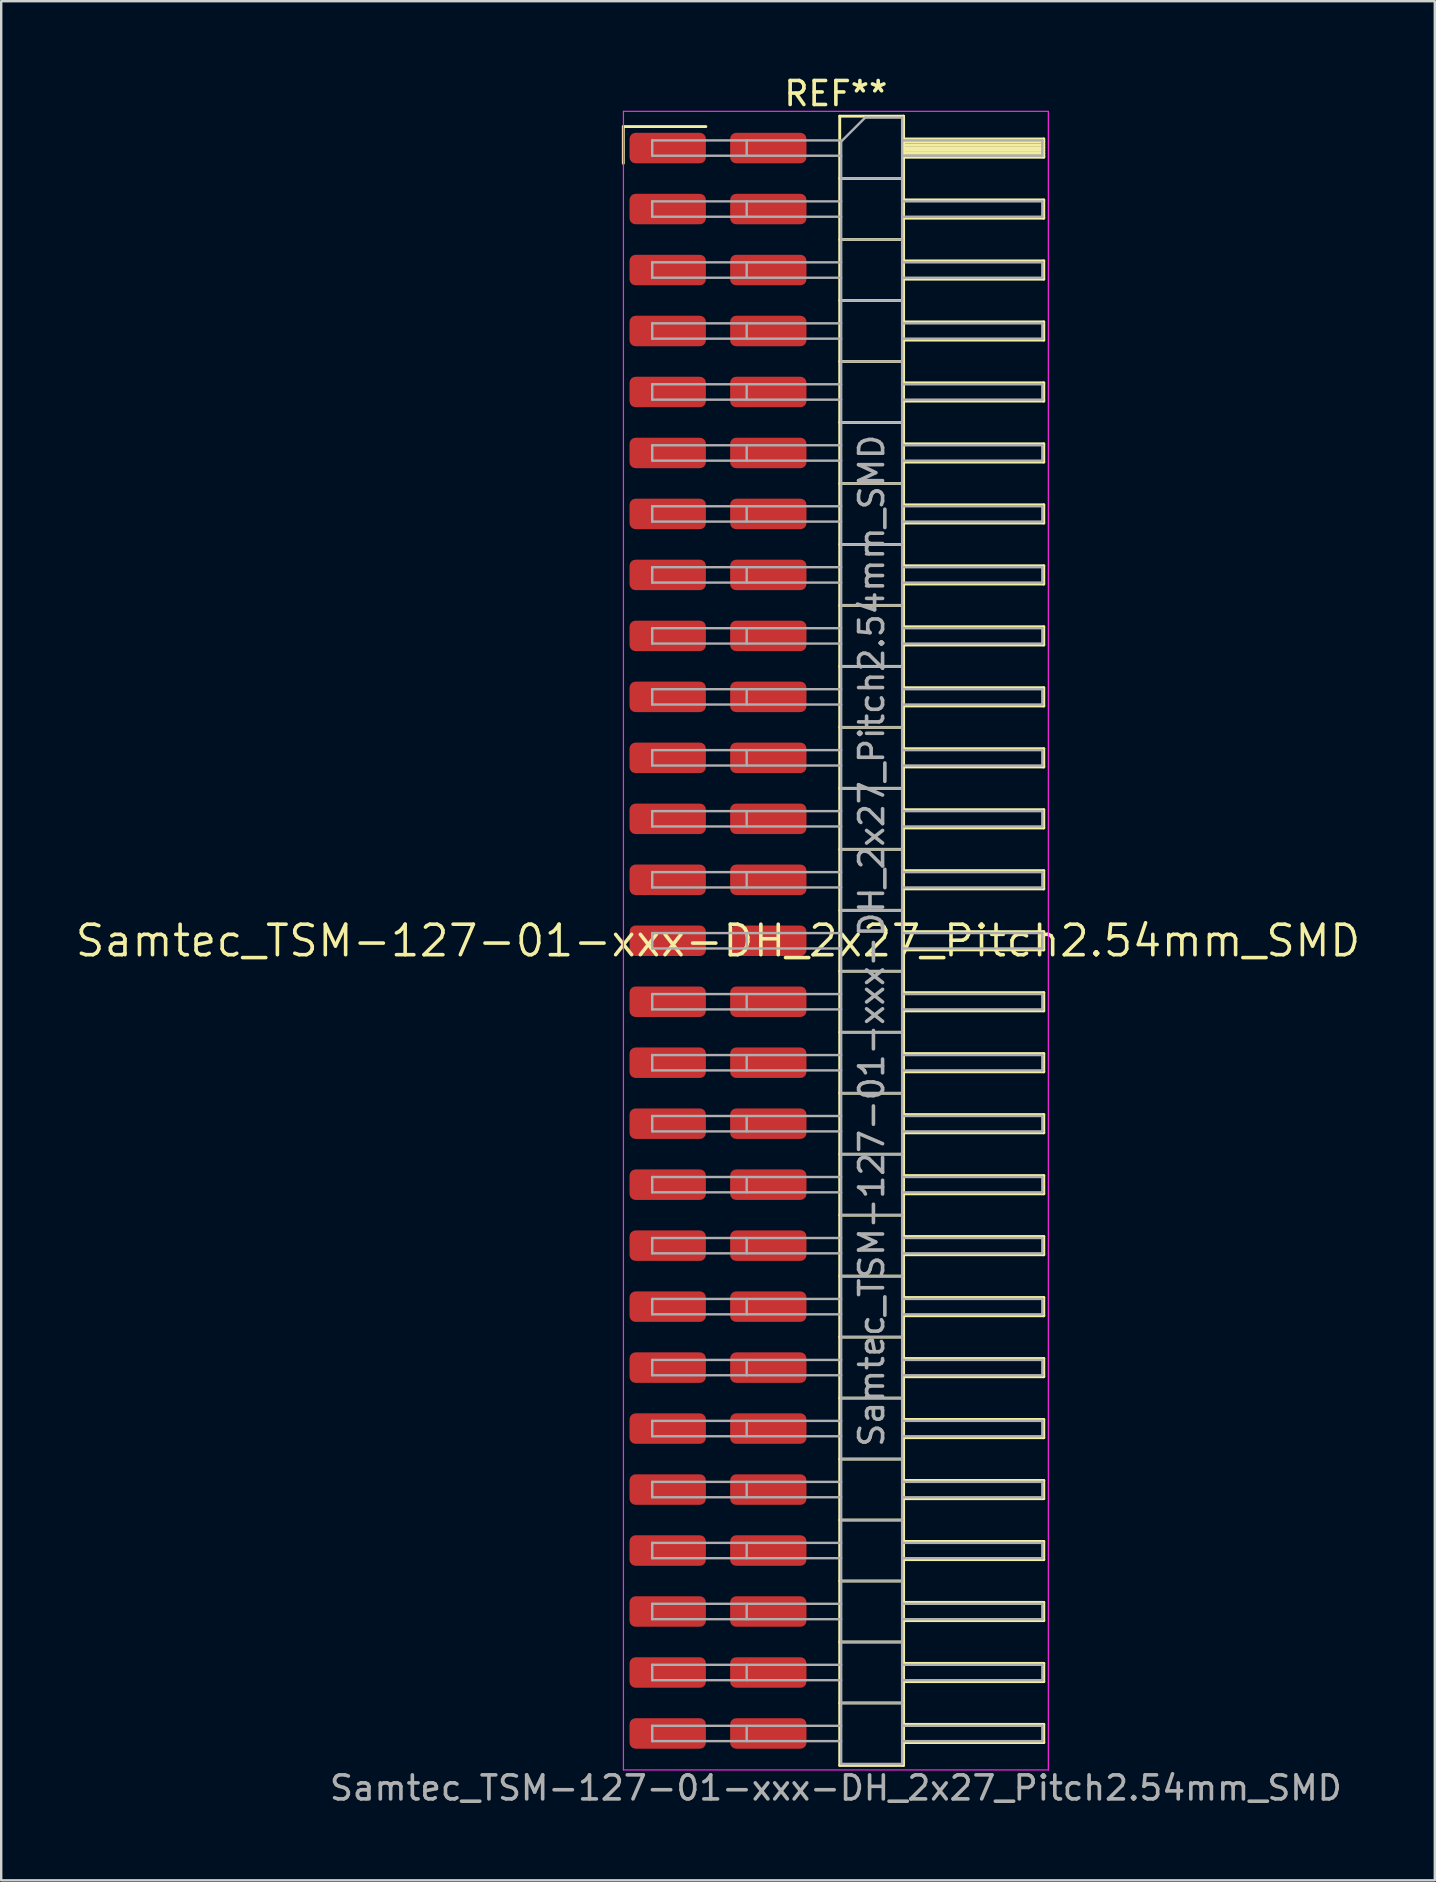
<source format=kicad_pcb>
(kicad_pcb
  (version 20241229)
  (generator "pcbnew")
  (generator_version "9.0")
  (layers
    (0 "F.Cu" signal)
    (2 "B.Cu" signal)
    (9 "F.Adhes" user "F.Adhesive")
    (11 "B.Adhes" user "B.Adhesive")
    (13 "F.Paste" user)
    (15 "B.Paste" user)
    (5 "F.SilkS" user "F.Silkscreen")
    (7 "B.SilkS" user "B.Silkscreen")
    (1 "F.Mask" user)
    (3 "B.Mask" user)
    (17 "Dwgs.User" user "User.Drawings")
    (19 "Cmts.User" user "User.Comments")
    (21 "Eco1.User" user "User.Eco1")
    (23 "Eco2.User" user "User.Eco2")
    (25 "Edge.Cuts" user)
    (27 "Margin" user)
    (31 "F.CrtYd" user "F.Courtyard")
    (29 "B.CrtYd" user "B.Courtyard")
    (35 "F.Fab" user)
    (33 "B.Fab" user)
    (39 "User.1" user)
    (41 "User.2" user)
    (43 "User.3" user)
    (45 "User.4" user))
  (footprint "Samtec_TSM-127-01-xxx-DH_2x27_Pitch2.54mm_SMD"
    (layer "F.Cu")
    (at 26.859 36.138)
    (property "Reference" "Samtec_TSM-127-01-xxx-DH_2x27_Pitch2.54mm_SMD" (at 0 0 0) (layer "F.SilkS") (effects (font (size 1.27 1.27) (thickness 0.15))))
    (attr smd)
    (fp_line (start -3.945 -33.915) (end -0.505 -33.915) (stroke (width 0.12) (type solid)) (layer "F.SilkS"))
    (fp_line (start -3.945 -32.385) (end -3.945 -33.915) (stroke (width 0.12) (type solid)) (layer "F.SilkS"))
    (fp_line (start 5.07 -34.35) (end 7.73 -34.35) (stroke (width 0.12) (type solid)) (layer "F.SilkS"))
    (fp_line (start 5.07 -31.75) (end 7.73 -31.75) (stroke (width 0.12) (type solid)) (layer "F.SilkS"))
    (fp_line (start 5.07 -29.21) (end 7.73 -29.21) (stroke (width 0.12) (type solid)) (layer "F.SilkS"))
    (fp_line (start 5.07 -26.67) (end 7.73 -26.67) (stroke (width 0.12) (type solid)) (layer "F.SilkS"))
    (fp_line (start 5.07 -24.13) (end 7.73 -24.13) (stroke (width 0.12) (type solid)) (layer "F.SilkS"))
    (fp_line (start 5.07 -21.59) (end 7.73 -21.59) (stroke (width 0.12) (type solid)) (layer "F.SilkS"))
    (fp_line (start 5.07 -19.05) (end 7.73 -19.05) (stroke (width 0.12) (type solid)) (layer "F.SilkS"))
    (fp_line (start 5.07 -16.51) (end 7.73 -16.51) (stroke (width 0.12) (type solid)) (layer "F.SilkS"))
    (fp_line (start 5.07 -13.97) (end 7.73 -13.97) (stroke (width 0.12) (type solid)) (layer "F.SilkS"))
    (fp_line (start 5.07 -11.43) (end 7.73 -11.43) (stroke (width 0.12) (type solid)) (layer "F.SilkS"))
    (fp_line (start 5.07 -8.89) (end 7.73 -8.89) (stroke (width 0.12) (type solid)) (layer "F.SilkS"))
    (fp_line (start 5.07 -6.35) (end 7.73 -6.35) (stroke (width 0.12) (type solid)) (layer "F.SilkS"))
    (fp_line (start 5.07 -3.81) (end 7.73 -3.81) (stroke (width 0.12) (type solid)) (layer "F.SilkS"))
    (fp_line (start 5.07 -1.27) (end 7.73 -1.27) (stroke (width 0.12) (type solid)) (layer "F.SilkS"))
    (fp_line (start 5.07 1.27) (end 7.73 1.27) (stroke (width 0.12) (type solid)) (layer "F.SilkS"))
    (fp_line (start 5.07 3.81) (end 7.73 3.81) (stroke (width 0.12) (type solid)) (layer "F.SilkS"))
    (fp_line (start 5.07 6.35) (end 7.73 6.35) (stroke (width 0.12) (type solid)) (layer "F.SilkS"))
    (fp_line (start 5.07 8.89) (end 7.73 8.89) (stroke (width 0.12) (type solid)) (layer "F.SilkS"))
    (fp_line (start 5.07 11.43) (end 7.73 11.43) (stroke (width 0.12) (type solid)) (layer "F.SilkS"))
    (fp_line (start 5.07 13.97) (end 7.73 13.97) (stroke (width 0.12) (type solid)) (layer "F.SilkS"))
    (fp_line (start 5.07 16.51) (end 7.73 16.51) (stroke (width 0.12) (type solid)) (layer "F.SilkS"))
    (fp_line (start 5.07 19.05) (end 7.73 19.05) (stroke (width 0.12) (type solid)) (layer "F.SilkS"))
    (fp_line (start 5.07 21.59) (end 7.73 21.59) (stroke (width 0.12) (type solid)) (layer "F.SilkS"))
    (fp_line (start 5.07 24.13) (end 7.73 24.13) (stroke (width 0.12) (type solid)) (layer "F.SilkS"))
    (fp_line (start 5.07 26.67) (end 7.73 26.67) (stroke (width 0.12) (type solid)) (layer "F.SilkS"))
    (fp_line (start 5.07 29.21) (end 7.73 29.21) (stroke (width 0.12) (type solid)) (layer "F.SilkS"))
    (fp_line (start 5.07 31.75) (end 7.73 31.75) (stroke (width 0.12) (type solid)) (layer "F.SilkS"))
    (fp_line (start 5.07 34.35) (end 5.07 -34.35) (stroke (width 0.12) (type solid)) (layer "F.SilkS"))
    (fp_line (start 7.73 -34.35) (end 7.73 34.35) (stroke (width 0.12) (type solid)) (layer "F.SilkS"))
    (fp_line (start 7.73 -33.4) (end 13.57 -33.4) (stroke (width 0.12) (type solid)) (layer "F.SilkS"))
    (fp_line (start 7.73 -33.28) (end 13.57 -33.28) (stroke (width 0.12) (type solid)) (layer "F.SilkS"))
    (fp_line (start 7.73 -33.16) (end 13.57 -33.16) (stroke (width 0.12) (type solid)) (layer "F.SilkS"))
    (fp_line (start 7.73 -33.04) (end 13.57 -33.04) (stroke (width 0.12) (type solid)) (layer "F.SilkS"))
    (fp_line (start 7.73 -32.92) (end 13.57 -32.92) (stroke (width 0.12) (type solid)) (layer "F.SilkS"))
    (fp_line (start 7.73 -32.8) (end 13.57 -32.8) (stroke (width 0.12) (type solid)) (layer "F.SilkS"))
    (fp_line (start 7.73 -32.68) (end 13.57 -32.68) (stroke (width 0.12) (type solid)) (layer "F.SilkS"))
    (fp_line (start 7.73 -32.64) (end 13.57 -32.64) (stroke (width 0.12) (type solid)) (layer "F.SilkS"))
    (fp_line (start 7.73 -30.86) (end 13.57 -30.86) (stroke (width 0.12) (type solid)) (layer "F.SilkS"))
    (fp_line (start 7.73 -30.1) (end 13.57 -30.1) (stroke (width 0.12) (type solid)) (layer "F.SilkS"))
    (fp_line (start 7.73 -28.32) (end 13.57 -28.32) (stroke (width 0.12) (type solid)) (layer "F.SilkS"))
    (fp_line (start 7.73 -27.56) (end 13.57 -27.56) (stroke (width 0.12) (type solid)) (layer "F.SilkS"))
    (fp_line (start 7.73 -25.78) (end 13.57 -25.78) (stroke (width 0.12) (type solid)) (layer "F.SilkS"))
    (fp_line (start 7.73 -25.02) (end 13.57 -25.02) (stroke (width 0.12) (type solid)) (layer "F.SilkS"))
    (fp_line (start 7.73 -23.24) (end 13.57 -23.24) (stroke (width 0.12) (type solid)) (layer "F.SilkS"))
    (fp_line (start 7.73 -22.48) (end 13.57 -22.48) (stroke (width 0.12) (type solid)) (layer "F.SilkS"))
    (fp_line (start 7.73 -20.7) (end 13.57 -20.7) (stroke (width 0.12) (type solid)) (layer "F.SilkS"))
    (fp_line (start 7.73 -19.94) (end 13.57 -19.94) (stroke (width 0.12) (type solid)) (layer "F.SilkS"))
    (fp_line (start 7.73 -18.16) (end 13.57 -18.16) (stroke (width 0.12) (type solid)) (layer "F.SilkS"))
    (fp_line (start 7.73 -17.4) (end 13.57 -17.4) (stroke (width 0.12) (type solid)) (layer "F.SilkS"))
    (fp_line (start 7.73 -15.62) (end 13.57 -15.62) (stroke (width 0.12) (type solid)) (layer "F.SilkS"))
    (fp_line (start 7.73 -14.86) (end 13.57 -14.86) (stroke (width 0.12) (type solid)) (layer "F.SilkS"))
    (fp_line (start 7.73 -13.08) (end 13.57 -13.08) (stroke (width 0.12) (type solid)) (layer "F.SilkS"))
    (fp_line (start 7.73 -12.32) (end 13.57 -12.32) (stroke (width 0.12) (type solid)) (layer "F.SilkS"))
    (fp_line (start 7.73 -10.54) (end 13.57 -10.54) (stroke (width 0.12) (type solid)) (layer "F.SilkS"))
    (fp_line (start 7.73 -9.78) (end 13.57 -9.78) (stroke (width 0.12) (type solid)) (layer "F.SilkS"))
    (fp_line (start 7.73 -8) (end 13.57 -8) (stroke (width 0.12) (type solid)) (layer "F.SilkS"))
    (fp_line (start 7.73 -7.24) (end 13.57 -7.24) (stroke (width 0.12) (type solid)) (layer "F.SilkS"))
    (fp_line (start 7.73 -5.46) (end 13.57 -5.46) (stroke (width 0.12) (type solid)) (layer "F.SilkS"))
    (fp_line (start 7.73 -4.7) (end 13.57 -4.7) (stroke (width 0.12) (type solid)) (layer "F.SilkS"))
    (fp_line (start 7.73 -2.92) (end 13.57 -2.92) (stroke (width 0.12) (type solid)) (layer "F.SilkS"))
    (fp_line (start 7.73 -2.16) (end 13.57 -2.16) (stroke (width 0.12) (type solid)) (layer "F.SilkS"))
    (fp_line (start 7.73 -0.38) (end 13.57 -0.38) (stroke (width 0.12) (type solid)) (layer "F.SilkS"))
    (fp_line (start 7.73 0.38) (end 13.57 0.38) (stroke (width 0.12) (type solid)) (layer "F.SilkS"))
    (fp_line (start 7.73 2.16) (end 13.57 2.16) (stroke (width 0.12) (type solid)) (layer "F.SilkS"))
    (fp_line (start 7.73 2.92) (end 13.57 2.92) (stroke (width 0.12) (type solid)) (layer "F.SilkS"))
    (fp_line (start 7.73 4.7) (end 13.57 4.7) (stroke (width 0.12) (type solid)) (layer "F.SilkS"))
    (fp_line (start 7.73 5.46) (end 13.57 5.46) (stroke (width 0.12) (type solid)) (layer "F.SilkS"))
    (fp_line (start 7.73 7.24) (end 13.57 7.24) (stroke (width 0.12) (type solid)) (layer "F.SilkS"))
    (fp_line (start 7.73 8) (end 13.57 8) (stroke (width 0.12) (type solid)) (layer "F.SilkS"))
    (fp_line (start 7.73 9.78) (end 13.57 9.78) (stroke (width 0.12) (type solid)) (layer "F.SilkS"))
    (fp_line (start 7.73 10.54) (end 13.57 10.54) (stroke (width 0.12) (type solid)) (layer "F.SilkS"))
    (fp_line (start 7.73 12.32) (end 13.57 12.32) (stroke (width 0.12) (type solid)) (layer "F.SilkS"))
    (fp_line (start 7.73 13.08) (end 13.57 13.08) (stroke (width 0.12) (type solid)) (layer "F.SilkS"))
    (fp_line (start 7.73 14.86) (end 13.57 14.86) (stroke (width 0.12) (type solid)) (layer "F.SilkS"))
    (fp_line (start 7.73 15.62) (end 13.57 15.62) (stroke (width 0.12) (type solid)) (layer "F.SilkS"))
    (fp_line (start 7.73 17.4) (end 13.57 17.4) (stroke (width 0.12) (type solid)) (layer "F.SilkS"))
    (fp_line (start 7.73 18.16) (end 13.57 18.16) (stroke (width 0.12) (type solid)) (layer "F.SilkS"))
    (fp_line (start 7.73 19.94) (end 13.57 19.94) (stroke (width 0.12) (type solid)) (layer "F.SilkS"))
    (fp_line (start 7.73 20.7) (end 13.57 20.7) (stroke (width 0.12) (type solid)) (layer "F.SilkS"))
    (fp_line (start 7.73 22.48) (end 13.57 22.48) (stroke (width 0.12) (type solid)) (layer "F.SilkS"))
    (fp_line (start 7.73 23.24) (end 13.57 23.24) (stroke (width 0.12) (type solid)) (layer "F.SilkS"))
    (fp_line (start 7.73 25.02) (end 13.57 25.02) (stroke (width 0.12) (type solid)) (layer "F.SilkS"))
    (fp_line (start 7.73 25.78) (end 13.57 25.78) (stroke (width 0.12) (type solid)) (layer "F.SilkS"))
    (fp_line (start 7.73 27.56) (end 13.57 27.56) (stroke (width 0.12) (type solid)) (layer "F.SilkS"))
    (fp_line (start 7.73 28.32) (end 13.57 28.32) (stroke (width 0.12) (type solid)) (layer "F.SilkS"))
    (fp_line (start 7.73 30.1) (end 13.57 30.1) (stroke (width 0.12) (type solid)) (layer "F.SilkS"))
    (fp_line (start 7.73 30.86) (end 13.57 30.86) (stroke (width 0.12) (type solid)) (layer "F.SilkS"))
    (fp_line (start 7.73 32.64) (end 13.57 32.64) (stroke (width 0.12) (type solid)) (layer "F.SilkS"))
    (fp_line (start 7.73 33.4) (end 13.57 33.4) (stroke (width 0.12) (type solid)) (layer "F.SilkS"))
    (fp_line (start 7.73 34.35) (end 5.07 34.35) (stroke (width 0.12) (type solid)) (layer "F.SilkS"))
    (fp_line (start 13.57 -33.4) (end 13.57 -32.64) (stroke (width 0.12) (type solid)) (layer "F.SilkS"))
    (fp_line (start 13.57 -30.86) (end 13.57 -30.1) (stroke (width 0.12) (type solid)) (layer "F.SilkS"))
    (fp_line (start 13.57 -28.32) (end 13.57 -27.56) (stroke (width 0.12) (type solid)) (layer "F.SilkS"))
    (fp_line (start 13.57 -25.78) (end 13.57 -25.02) (stroke (width 0.12) (type solid)) (layer "F.SilkS"))
    (fp_line (start 13.57 -23.24) (end 13.57 -22.48) (stroke (width 0.12) (type solid)) (layer "F.SilkS"))
    (fp_line (start 13.57 -20.7) (end 13.57 -19.94) (stroke (width 0.12) (type solid)) (layer "F.SilkS"))
    (fp_line (start 13.57 -18.16) (end 13.57 -17.4) (stroke (width 0.12) (type solid)) (layer "F.SilkS"))
    (fp_line (start 13.57 -15.62) (end 13.57 -14.86) (stroke (width 0.12) (type solid)) (layer "F.SilkS"))
    (fp_line (start 13.57 -13.08) (end 13.57 -12.32) (stroke (width 0.12) (type solid)) (layer "F.SilkS"))
    (fp_line (start 13.57 -10.54) (end 13.57 -9.78) (stroke (width 0.12) (type solid)) (layer "F.SilkS"))
    (fp_line (start 13.57 -8) (end 13.57 -7.24) (stroke (width 0.12) (type solid)) (layer "F.SilkS"))
    (fp_line (start 13.57 -5.46) (end 13.57 -4.7) (stroke (width 0.12) (type solid)) (layer "F.SilkS"))
    (fp_line (start 13.57 -2.92) (end 13.57 -2.16) (stroke (width 0.12) (type solid)) (layer "F.SilkS"))
    (fp_line (start 13.57 -0.38) (end 13.57 0.38) (stroke (width 0.12) (type solid)) (layer "F.SilkS"))
    (fp_line (start 13.57 2.16) (end 13.57 2.92) (stroke (width 0.12) (type solid)) (layer "F.SilkS"))
    (fp_line (start 13.57 4.7) (end 13.57 5.46) (stroke (width 0.12) (type solid)) (layer "F.SilkS"))
    (fp_line (start 13.57 7.24) (end 13.57 8) (stroke (width 0.12) (type solid)) (layer "F.SilkS"))
    (fp_line (start 13.57 9.78) (end 13.57 10.54) (stroke (width 0.12) (type solid)) (layer "F.SilkS"))
    (fp_line (start 13.57 12.32) (end 13.57 13.08) (stroke (width 0.12) (type solid)) (layer "F.SilkS"))
    (fp_line (start 13.57 14.86) (end 13.57 15.62) (stroke (width 0.12) (type solid)) (layer "F.SilkS"))
    (fp_line (start 13.57 17.4) (end 13.57 18.16) (stroke (width 0.12) (type solid)) (layer "F.SilkS"))
    (fp_line (start 13.57 19.94) (end 13.57 20.7) (stroke (width 0.12) (type solid)) (layer "F.SilkS"))
    (fp_line (start 13.57 22.48) (end 13.57 23.24) (stroke (width 0.12) (type solid)) (layer "F.SilkS"))
    (fp_line (start 13.57 25.02) (end 13.57 25.78) (stroke (width 0.12) (type solid)) (layer "F.SilkS"))
    (fp_line (start 13.57 27.56) (end 13.57 28.32) (stroke (width 0.12) (type solid)) (layer "F.SilkS"))
    (fp_line (start 13.57 30.1) (end 13.57 30.86) (stroke (width 0.12) (type solid)) (layer "F.SilkS"))
    (fp_line (start 13.57 32.64) (end 13.57 33.4) (stroke (width 0.12) (type solid)) (layer "F.SilkS"))
    (fp_line (start -3.94 -34.55) (end 13.76 -34.55) (stroke (width 0.05) (type solid)) (layer "F.CrtYd"))
    (fp_line (start -3.94 34.54) (end -3.94 -34.55) (stroke (width 0.05) (type solid)) (layer "F.CrtYd"))
    (fp_line (start 13.76 -34.55) (end 13.76 34.54) (stroke (width 0.05) (type solid)) (layer "F.CrtYd"))
    (fp_line (start 13.76 34.54) (end -3.94 34.54) (stroke (width 0.05) (type solid)) (layer "F.CrtYd"))
    (fp_line (start -2.74 -33.34) (end -2.74 -32.7) (stroke (width 0.1) (type solid)) (layer "F.Fab"))
    (fp_line (start -2.74 -33.34) (end 5.13 -33.34) (stroke (width 0.1) (type solid)) (layer "F.Fab"))
    (fp_line (start -2.74 -32.7) (end 5.13 -32.7) (stroke (width 0.1) (type solid)) (layer "F.Fab"))
    (fp_line (start -2.74 -30.8) (end -2.74 -30.16) (stroke (width 0.1) (type solid)) (layer "F.Fab"))
    (fp_line (start -2.74 -30.8) (end 5.13 -30.8) (stroke (width 0.1) (type solid)) (layer "F.Fab"))
    (fp_line (start -2.74 -30.16) (end 5.13 -30.16) (stroke (width 0.1) (type solid)) (layer "F.Fab"))
    (fp_line (start -2.74 -28.26) (end -2.74 -27.62) (stroke (width 0.1) (type solid)) (layer "F.Fab"))
    (fp_line (start -2.74 -28.26) (end 5.13 -28.26) (stroke (width 0.1) (type solid)) (layer "F.Fab"))
    (fp_line (start -2.74 -27.62) (end 5.13 -27.62) (stroke (width 0.1) (type solid)) (layer "F.Fab"))
    (fp_line (start -2.74 -25.72) (end -2.74 -25.08) (stroke (width 0.1) (type solid)) (layer "F.Fab"))
    (fp_line (start -2.74 -25.72) (end 5.13 -25.72) (stroke (width 0.1) (type solid)) (layer "F.Fab"))
    (fp_line (start -2.74 -25.08) (end 5.13 -25.08) (stroke (width 0.1) (type solid)) (layer "F.Fab"))
    (fp_line (start -2.74 -23.18) (end -2.74 -22.54) (stroke (width 0.1) (type solid)) (layer "F.Fab"))
    (fp_line (start -2.74 -23.18) (end 5.13 -23.18) (stroke (width 0.1) (type solid)) (layer "F.Fab"))
    (fp_line (start -2.74 -22.54) (end 5.13 -22.54) (stroke (width 0.1) (type solid)) (layer "F.Fab"))
    (fp_line (start -2.74 -20.64) (end -2.74 -20) (stroke (width 0.1) (type solid)) (layer "F.Fab"))
    (fp_line (start -2.74 -20.64) (end 5.13 -20.64) (stroke (width 0.1) (type solid)) (layer "F.Fab"))
    (fp_line (start -2.74 -20) (end 5.13 -20) (stroke (width 0.1) (type solid)) (layer "F.Fab"))
    (fp_line (start -2.74 -18.1) (end -2.74 -17.46) (stroke (width 0.1) (type solid)) (layer "F.Fab"))
    (fp_line (start -2.74 -18.1) (end 5.13 -18.1) (stroke (width 0.1) (type solid)) (layer "F.Fab"))
    (fp_line (start -2.74 -17.46) (end 5.13 -17.46) (stroke (width 0.1) (type solid)) (layer "F.Fab"))
    (fp_line (start -2.74 -15.56) (end -2.74 -14.92) (stroke (width 0.1) (type solid)) (layer "F.Fab"))
    (fp_line (start -2.74 -15.56) (end 5.13 -15.56) (stroke (width 0.1) (type solid)) (layer "F.Fab"))
    (fp_line (start -2.74 -14.92) (end 5.13 -14.92) (stroke (width 0.1) (type solid)) (layer "F.Fab"))
    (fp_line (start -2.74 -13.02) (end -2.74 -12.38) (stroke (width 0.1) (type solid)) (layer "F.Fab"))
    (fp_line (start -2.74 -13.02) (end 5.13 -13.02) (stroke (width 0.1) (type solid)) (layer "F.Fab"))
    (fp_line (start -2.74 -12.38) (end 5.13 -12.38) (stroke (width 0.1) (type solid)) (layer "F.Fab"))
    (fp_line (start -2.74 -10.48) (end -2.74 -9.84) (stroke (width 0.1) (type solid)) (layer "F.Fab"))
    (fp_line (start -2.74 -10.48) (end 5.13 -10.48) (stroke (width 0.1) (type solid)) (layer "F.Fab"))
    (fp_line (start -2.74 -9.84) (end 5.13 -9.84) (stroke (width 0.1) (type solid)) (layer "F.Fab"))
    (fp_line (start -2.74 -7.94) (end -2.74 -7.3) (stroke (width 0.1) (type solid)) (layer "F.Fab"))
    (fp_line (start -2.74 -7.94) (end 5.13 -7.94) (stroke (width 0.1) (type solid)) (layer "F.Fab"))
    (fp_line (start -2.74 -7.3) (end 5.13 -7.3) (stroke (width 0.1) (type solid)) (layer "F.Fab"))
    (fp_line (start -2.74 -5.4) (end -2.74 -4.76) (stroke (width 0.1) (type solid)) (layer "F.Fab"))
    (fp_line (start -2.74 -5.4) (end 5.13 -5.4) (stroke (width 0.1) (type solid)) (layer "F.Fab"))
    (fp_line (start -2.74 -4.76) (end 5.13 -4.76) (stroke (width 0.1) (type solid)) (layer "F.Fab"))
    (fp_line (start -2.74 -2.86) (end -2.74 -2.22) (stroke (width 0.1) (type solid)) (layer "F.Fab"))
    (fp_line (start -2.74 -2.86) (end 5.13 -2.86) (stroke (width 0.1) (type solid)) (layer "F.Fab"))
    (fp_line (start -2.74 -2.22) (end 5.13 -2.22) (stroke (width 0.1) (type solid)) (layer "F.Fab"))
    (fp_line (start -2.74 -0.32) (end -2.74 0.32) (stroke (width 0.1) (type solid)) (layer "F.Fab"))
    (fp_line (start -2.74 -0.32) (end 5.13 -0.32) (stroke (width 0.1) (type solid)) (layer "F.Fab"))
    (fp_line (start -2.74 0.32) (end 5.13 0.32) (stroke (width 0.1) (type solid)) (layer "F.Fab"))
    (fp_line (start -2.74 2.22) (end -2.74 2.86) (stroke (width 0.1) (type solid)) (layer "F.Fab"))
    (fp_line (start -2.74 2.22) (end 5.13 2.22) (stroke (width 0.1) (type solid)) (layer "F.Fab"))
    (fp_line (start -2.74 2.86) (end 5.13 2.86) (stroke (width 0.1) (type solid)) (layer "F.Fab"))
    (fp_line (start -2.74 4.76) (end -2.74 5.4) (stroke (width 0.1) (type solid)) (layer "F.Fab"))
    (fp_line (start -2.74 4.76) (end 5.13 4.76) (stroke (width 0.1) (type solid)) (layer "F.Fab"))
    (fp_line (start -2.74 5.4) (end 5.13 5.4) (stroke (width 0.1) (type solid)) (layer "F.Fab"))
    (fp_line (start -2.74 7.3) (end -2.74 7.94) (stroke (width 0.1) (type solid)) (layer "F.Fab"))
    (fp_line (start -2.74 7.3) (end 5.13 7.3) (stroke (width 0.1) (type solid)) (layer "F.Fab"))
    (fp_line (start -2.74 7.94) (end 5.13 7.94) (stroke (width 0.1) (type solid)) (layer "F.Fab"))
    (fp_line (start -2.74 9.84) (end -2.74 10.48) (stroke (width 0.1) (type solid)) (layer "F.Fab"))
    (fp_line (start -2.74 9.84) (end 5.13 9.84) (stroke (width 0.1) (type solid)) (layer "F.Fab"))
    (fp_line (start -2.74 10.48) (end 5.13 10.48) (stroke (width 0.1) (type solid)) (layer "F.Fab"))
    (fp_line (start -2.74 12.38) (end -2.74 13.02) (stroke (width 0.1) (type solid)) (layer "F.Fab"))
    (fp_line (start -2.74 12.38) (end 5.13 12.38) (stroke (width 0.1) (type solid)) (layer "F.Fab"))
    (fp_line (start -2.74 13.02) (end 5.13 13.02) (stroke (width 0.1) (type solid)) (layer "F.Fab"))
    (fp_line (start -2.74 14.92) (end -2.74 15.56) (stroke (width 0.1) (type solid)) (layer "F.Fab"))
    (fp_line (start -2.74 14.92) (end 5.13 14.92) (stroke (width 0.1) (type solid)) (layer "F.Fab"))
    (fp_line (start -2.74 15.56) (end 5.13 15.56) (stroke (width 0.1) (type solid)) (layer "F.Fab"))
    (fp_line (start -2.74 17.46) (end -2.74 18.1) (stroke (width 0.1) (type solid)) (layer "F.Fab"))
    (fp_line (start -2.74 17.46) (end 5.13 17.46) (stroke (width 0.1) (type solid)) (layer "F.Fab"))
    (fp_line (start -2.74 18.1) (end 5.13 18.1) (stroke (width 0.1) (type solid)) (layer "F.Fab"))
    (fp_line (start -2.74 20) (end -2.74 20.64) (stroke (width 0.1) (type solid)) (layer "F.Fab"))
    (fp_line (start -2.74 20) (end 5.13 20) (stroke (width 0.1) (type solid)) (layer "F.Fab"))
    (fp_line (start -2.74 20.64) (end 5.13 20.64) (stroke (width 0.1) (type solid)) (layer "F.Fab"))
    (fp_line (start -2.74 22.54) (end -2.74 23.18) (stroke (width 0.1) (type solid)) (layer "F.Fab"))
    (fp_line (start -2.74 22.54) (end 5.13 22.54) (stroke (width 0.1) (type solid)) (layer "F.Fab"))
    (fp_line (start -2.74 23.18) (end 5.13 23.18) (stroke (width 0.1) (type solid)) (layer "F.Fab"))
    (fp_line (start -2.74 25.08) (end -2.74 25.72) (stroke (width 0.1) (type solid)) (layer "F.Fab"))
    (fp_line (start -2.74 25.08) (end 5.13 25.08) (stroke (width 0.1) (type solid)) (layer "F.Fab"))
    (fp_line (start -2.74 25.72) (end 5.13 25.72) (stroke (width 0.1) (type solid)) (layer "F.Fab"))
    (fp_line (start -2.74 27.62) (end -2.74 28.26) (stroke (width 0.1) (type solid)) (layer "F.Fab"))
    (fp_line (start -2.74 27.62) (end 5.13 27.62) (stroke (width 0.1) (type solid)) (layer "F.Fab"))
    (fp_line (start -2.74 28.26) (end 5.13 28.26) (stroke (width 0.1) (type solid)) (layer "F.Fab"))
    (fp_line (start -2.74 30.16) (end -2.74 30.8) (stroke (width 0.1) (type solid)) (layer "F.Fab"))
    (fp_line (start -2.74 30.16) (end 5.13 30.16) (stroke (width 0.1) (type solid)) (layer "F.Fab"))
    (fp_line (start -2.74 30.8) (end 5.13 30.8) (stroke (width 0.1) (type solid)) (layer "F.Fab"))
    (fp_line (start -2.74 32.7) (end -2.74 33.34) (stroke (width 0.1) (type solid)) (layer "F.Fab"))
    (fp_line (start -2.74 32.7) (end 5.13 32.7) (stroke (width 0.1) (type solid)) (layer "F.Fab"))
    (fp_line (start -2.74 33.34) (end 5.13 33.34) (stroke (width 0.1) (type solid)) (layer "F.Fab"))
    (fp_line (start 1.195 -33.34) (end 1.195 -32.7) (stroke (width 0.1) (type solid)) (layer "F.Fab"))
    (fp_line (start 1.195 -30.8) (end 1.195 -30.16) (stroke (width 0.1) (type solid)) (layer "F.Fab"))
    (fp_line (start 1.195 -28.26) (end 1.195 -27.62) (stroke (width 0.1) (type solid)) (layer "F.Fab"))
    (fp_line (start 1.195 -25.72) (end 1.195 -25.08) (stroke (width 0.1) (type solid)) (layer "F.Fab"))
    (fp_line (start 1.195 -23.18) (end 1.195 -22.54) (stroke (width 0.1) (type solid)) (layer "F.Fab"))
    (fp_line (start 1.195 -20.64) (end 1.195 -20) (stroke (width 0.1) (type solid)) (layer "F.Fab"))
    (fp_line (start 1.195 -18.1) (end 1.195 -17.46) (stroke (width 0.1) (type solid)) (layer "F.Fab"))
    (fp_line (start 1.195 -15.56) (end 1.195 -14.92) (stroke (width 0.1) (type solid)) (layer "F.Fab"))
    (fp_line (start 1.195 -13.02) (end 1.195 -12.38) (stroke (width 0.1) (type solid)) (layer "F.Fab"))
    (fp_line (start 1.195 -10.48) (end 1.195 -9.84) (stroke (width 0.1) (type solid)) (layer "F.Fab"))
    (fp_line (start 1.195 -7.94) (end 1.195 -7.3) (stroke (width 0.1) (type solid)) (layer "F.Fab"))
    (fp_line (start 1.195 -5.4) (end 1.195 -4.76) (stroke (width 0.1) (type solid)) (layer "F.Fab"))
    (fp_line (start 1.195 -2.86) (end 1.195 -2.22) (stroke (width 0.1) (type solid)) (layer "F.Fab"))
    (fp_line (start 1.195 -0.32) (end 1.195 0.32) (stroke (width 0.1) (type solid)) (layer "F.Fab"))
    (fp_line (start 1.195 2.22) (end 1.195 2.86) (stroke (width 0.1) (type solid)) (layer "F.Fab"))
    (fp_line (start 1.195 4.76) (end 1.195 5.4) (stroke (width 0.1) (type solid)) (layer "F.Fab"))
    (fp_line (start 1.195 7.3) (end 1.195 7.94) (stroke (width 0.1) (type solid)) (layer "F.Fab"))
    (fp_line (start 1.195 9.84) (end 1.195 10.48) (stroke (width 0.1) (type solid)) (layer "F.Fab"))
    (fp_line (start 1.195 12.38) (end 1.195 13.02) (stroke (width 0.1) (type solid)) (layer "F.Fab"))
    (fp_line (start 1.195 14.92) (end 1.195 15.56) (stroke (width 0.1) (type solid)) (layer "F.Fab"))
    (fp_line (start 1.195 17.46) (end 1.195 18.1) (stroke (width 0.1) (type solid)) (layer "F.Fab"))
    (fp_line (start 1.195 20) (end 1.195 20.64) (stroke (width 0.1) (type solid)) (layer "F.Fab"))
    (fp_line (start 1.195 22.54) (end 1.195 23.18) (stroke (width 0.1) (type solid)) (layer "F.Fab"))
    (fp_line (start 1.195 25.08) (end 1.195 25.72) (stroke (width 0.1) (type solid)) (layer "F.Fab"))
    (fp_line (start 1.195 27.62) (end 1.195 28.26) (stroke (width 0.1) (type solid)) (layer "F.Fab"))
    (fp_line (start 1.195 30.16) (end 1.195 30.8) (stroke (width 0.1) (type solid)) (layer "F.Fab"))
    (fp_line (start 1.195 32.7) (end 1.195 33.34) (stroke (width 0.1) (type solid)) (layer "F.Fab"))
    (fp_line (start 5.13 -33.29) (end 6.13 -34.29) (stroke (width 0.1) (type solid)) (layer "F.Fab"))
    (fp_line (start 5.13 -31.75) (end 7.67 -31.75) (stroke (width 0.1) (type solid)) (layer "F.Fab"))
    (fp_line (start 5.13 -29.21) (end 7.67 -29.21) (stroke (width 0.1) (type solid)) (layer "F.Fab"))
    (fp_line (start 5.13 -26.67) (end 7.67 -26.67) (stroke (width 0.1) (type solid)) (layer "F.Fab"))
    (fp_line (start 5.13 -24.13) (end 7.67 -24.13) (stroke (width 0.1) (type solid)) (layer "F.Fab"))
    (fp_line (start 5.13 -21.59) (end 7.67 -21.59) (stroke (width 0.1) (type solid)) (layer "F.Fab"))
    (fp_line (start 5.13 -19.05) (end 7.67 -19.05) (stroke (width 0.1) (type solid)) (layer "F.Fab"))
    (fp_line (start 5.13 -16.51) (end 7.67 -16.51) (stroke (width 0.1) (type solid)) (layer "F.Fab"))
    (fp_line (start 5.13 -13.97) (end 7.67 -13.97) (stroke (width 0.1) (type solid)) (layer "F.Fab"))
    (fp_line (start 5.13 -11.43) (end 7.67 -11.43) (stroke (width 0.1) (type solid)) (layer "F.Fab"))
    (fp_line (start 5.13 -8.89) (end 7.67 -8.89) (stroke (width 0.1) (type solid)) (layer "F.Fab"))
    (fp_line (start 5.13 -6.35) (end 7.67 -6.35) (stroke (width 0.1) (type solid)) (layer "F.Fab"))
    (fp_line (start 5.13 -3.81) (end 7.67 -3.81) (stroke (width 0.1) (type solid)) (layer "F.Fab"))
    (fp_line (start 5.13 -1.27) (end 7.67 -1.27) (stroke (width 0.1) (type solid)) (layer "F.Fab"))
    (fp_line (start 5.13 1.27) (end 7.67 1.27) (stroke (width 0.1) (type solid)) (layer "F.Fab"))
    (fp_line (start 5.13 3.81) (end 7.67 3.81) (stroke (width 0.1) (type solid)) (layer "F.Fab"))
    (fp_line (start 5.13 6.35) (end 7.67 6.35) (stroke (width 0.1) (type solid)) (layer "F.Fab"))
    (fp_line (start 5.13 8.89) (end 7.67 8.89) (stroke (width 0.1) (type solid)) (layer "F.Fab"))
    (fp_line (start 5.13 11.43) (end 7.67 11.43) (stroke (width 0.1) (type solid)) (layer "F.Fab"))
    (fp_line (start 5.13 13.97) (end 7.67 13.97) (stroke (width 0.1) (type solid)) (layer "F.Fab"))
    (fp_line (start 5.13 16.51) (end 7.67 16.51) (stroke (width 0.1) (type solid)) (layer "F.Fab"))
    (fp_line (start 5.13 19.05) (end 7.67 19.05) (stroke (width 0.1) (type solid)) (layer "F.Fab"))
    (fp_line (start 5.13 21.59) (end 7.67 21.59) (stroke (width 0.1) (type solid)) (layer "F.Fab"))
    (fp_line (start 5.13 24.13) (end 7.67 24.13) (stroke (width 0.1) (type solid)) (layer "F.Fab"))
    (fp_line (start 5.13 26.67) (end 7.67 26.67) (stroke (width 0.1) (type solid)) (layer "F.Fab"))
    (fp_line (start 5.13 29.21) (end 7.67 29.21) (stroke (width 0.1) (type solid)) (layer "F.Fab"))
    (fp_line (start 5.13 31.75) (end 7.67 31.75) (stroke (width 0.1) (type solid)) (layer "F.Fab"))
    (fp_line (start 5.13 34.29) (end 5.13 -33.29) (stroke (width 0.1) (type solid)) (layer "F.Fab"))
    (fp_line (start 6.13 -34.29) (end 7.67 -34.29) (stroke (width 0.1) (type solid)) (layer "F.Fab"))
    (fp_line (start 7.67 -34.29) (end 7.67 34.29) (stroke (width 0.1) (type solid)) (layer "F.Fab"))
    (fp_line (start 7.67 -33.34) (end 13.51 -33.34) (stroke (width 0.1) (type solid)) (layer "F.Fab"))
    (fp_line (start 7.67 -32.7) (end 13.51 -32.7) (stroke (width 0.1) (type solid)) (layer "F.Fab"))
    (fp_line (start 7.67 -30.8) (end 13.51 -30.8) (stroke (width 0.1) (type solid)) (layer "F.Fab"))
    (fp_line (start 7.67 -30.16) (end 13.51 -30.16) (stroke (width 0.1) (type solid)) (layer "F.Fab"))
    (fp_line (start 7.67 -28.26) (end 13.51 -28.26) (stroke (width 0.1) (type solid)) (layer "F.Fab"))
    (fp_line (start 7.67 -27.62) (end 13.51 -27.62) (stroke (width 0.1) (type solid)) (layer "F.Fab"))
    (fp_line (start 7.67 -25.72) (end 13.51 -25.72) (stroke (width 0.1) (type solid)) (layer "F.Fab"))
    (fp_line (start 7.67 -25.08) (end 13.51 -25.08) (stroke (width 0.1) (type solid)) (layer "F.Fab"))
    (fp_line (start 7.67 -23.18) (end 13.51 -23.18) (stroke (width 0.1) (type solid)) (layer "F.Fab"))
    (fp_line (start 7.67 -22.54) (end 13.51 -22.54) (stroke (width 0.1) (type solid)) (layer "F.Fab"))
    (fp_line (start 7.67 -20.64) (end 13.51 -20.64) (stroke (width 0.1) (type solid)) (layer "F.Fab"))
    (fp_line (start 7.67 -20) (end 13.51 -20) (stroke (width 0.1) (type solid)) (layer "F.Fab"))
    (fp_line (start 7.67 -18.1) (end 13.51 -18.1) (stroke (width 0.1) (type solid)) (layer "F.Fab"))
    (fp_line (start 7.67 -17.46) (end 13.51 -17.46) (stroke (width 0.1) (type solid)) (layer "F.Fab"))
    (fp_line (start 7.67 -15.56) (end 13.51 -15.56) (stroke (width 0.1) (type solid)) (layer "F.Fab"))
    (fp_line (start 7.67 -14.92) (end 13.51 -14.92) (stroke (width 0.1) (type solid)) (layer "F.Fab"))
    (fp_line (start 7.67 -13.02) (end 13.51 -13.02) (stroke (width 0.1) (type solid)) (layer "F.Fab"))
    (fp_line (start 7.67 -12.38) (end 13.51 -12.38) (stroke (width 0.1) (type solid)) (layer "F.Fab"))
    (fp_line (start 7.67 -10.48) (end 13.51 -10.48) (stroke (width 0.1) (type solid)) (layer "F.Fab"))
    (fp_line (start 7.67 -9.84) (end 13.51 -9.84) (stroke (width 0.1) (type solid)) (layer "F.Fab"))
    (fp_line (start 7.67 -7.94) (end 13.51 -7.94) (stroke (width 0.1) (type solid)) (layer "F.Fab"))
    (fp_line (start 7.67 -7.3) (end 13.51 -7.3) (stroke (width 0.1) (type solid)) (layer "F.Fab"))
    (fp_line (start 7.67 -5.4) (end 13.51 -5.4) (stroke (width 0.1) (type solid)) (layer "F.Fab"))
    (fp_line (start 7.67 -4.76) (end 13.51 -4.76) (stroke (width 0.1) (type solid)) (layer "F.Fab"))
    (fp_line (start 7.67 -2.86) (end 13.51 -2.86) (stroke (width 0.1) (type solid)) (layer "F.Fab"))
    (fp_line (start 7.67 -2.22) (end 13.51 -2.22) (stroke (width 0.1) (type solid)) (layer "F.Fab"))
    (fp_line (start 7.67 -0.32) (end 13.51 -0.32) (stroke (width 0.1) (type solid)) (layer "F.Fab"))
    (fp_line (start 7.67 0.32) (end 13.51 0.32) (stroke (width 0.1) (type solid)) (layer "F.Fab"))
    (fp_line (start 7.67 2.22) (end 13.51 2.22) (stroke (width 0.1) (type solid)) (layer "F.Fab"))
    (fp_line (start 7.67 2.86) (end 13.51 2.86) (stroke (width 0.1) (type solid)) (layer "F.Fab"))
    (fp_line (start 7.67 4.76) (end 13.51 4.76) (stroke (width 0.1) (type solid)) (layer "F.Fab"))
    (fp_line (start 7.67 5.4) (end 13.51 5.4) (stroke (width 0.1) (type solid)) (layer "F.Fab"))
    (fp_line (start 7.67 7.3) (end 13.51 7.3) (stroke (width 0.1) (type solid)) (layer "F.Fab"))
    (fp_line (start 7.67 7.94) (end 13.51 7.94) (stroke (width 0.1) (type solid)) (layer "F.Fab"))
    (fp_line (start 7.67 9.84) (end 13.51 9.84) (stroke (width 0.1) (type solid)) (layer "F.Fab"))
    (fp_line (start 7.67 10.48) (end 13.51 10.48) (stroke (width 0.1) (type solid)) (layer "F.Fab"))
    (fp_line (start 7.67 12.38) (end 13.51 12.38) (stroke (width 0.1) (type solid)) (layer "F.Fab"))
    (fp_line (start 7.67 13.02) (end 13.51 13.02) (stroke (width 0.1) (type solid)) (layer "F.Fab"))
    (fp_line (start 7.67 14.92) (end 13.51 14.92) (stroke (width 0.1) (type solid)) (layer "F.Fab"))
    (fp_line (start 7.67 15.56) (end 13.51 15.56) (stroke (width 0.1) (type solid)) (layer "F.Fab"))
    (fp_line (start 7.67 17.46) (end 13.51 17.46) (stroke (width 0.1) (type solid)) (layer "F.Fab"))
    (fp_line (start 7.67 18.1) (end 13.51 18.1) (stroke (width 0.1) (type solid)) (layer "F.Fab"))
    (fp_line (start 7.67 20) (end 13.51 20) (stroke (width 0.1) (type solid)) (layer "F.Fab"))
    (fp_line (start 7.67 20.64) (end 13.51 20.64) (stroke (width 0.1) (type solid)) (layer "F.Fab"))
    (fp_line (start 7.67 22.54) (end 13.51 22.54) (stroke (width 0.1) (type solid)) (layer "F.Fab"))
    (fp_line (start 7.67 23.18) (end 13.51 23.18) (stroke (width 0.1) (type solid)) (layer "F.Fab"))
    (fp_line (start 7.67 25.08) (end 13.51 25.08) (stroke (width 0.1) (type solid)) (layer "F.Fab"))
    (fp_line (start 7.67 25.72) (end 13.51 25.72) (stroke (width 0.1) (type solid)) (layer "F.Fab"))
    (fp_line (start 7.67 27.62) (end 13.51 27.62) (stroke (width 0.1) (type solid)) (layer "F.Fab"))
    (fp_line (start 7.67 28.26) (end 13.51 28.26) (stroke (width 0.1) (type solid)) (layer "F.Fab"))
    (fp_line (start 7.67 30.16) (end 13.51 30.16) (stroke (width 0.1) (type solid)) (layer "F.Fab"))
    (fp_line (start 7.67 30.8) (end 13.51 30.8) (stroke (width 0.1) (type solid)) (layer "F.Fab"))
    (fp_line (start 7.67 32.7) (end 13.51 32.7) (stroke (width 0.1) (type solid)) (layer "F.Fab"))
    (fp_line (start 7.67 33.34) (end 13.51 33.34) (stroke (width 0.1) (type solid)) (layer "F.Fab"))
    (fp_line (start 7.67 34.29) (end 5.13 34.29) (stroke (width 0.1) (type solid)) (layer "F.Fab"))
    (fp_line (start 13.51 -33.34) (end 13.51 -32.7) (stroke (width 0.1) (type solid)) (layer "F.Fab"))
    (fp_line (start 13.51 -30.8) (end 13.51 -30.16) (stroke (width 0.1) (type solid)) (layer "F.Fab"))
    (fp_line (start 13.51 -28.26) (end 13.51 -27.62) (stroke (width 0.1) (type solid)) (layer "F.Fab"))
    (fp_line (start 13.51 -25.72) (end 13.51 -25.08) (stroke (width 0.1) (type solid)) (layer "F.Fab"))
    (fp_line (start 13.51 -23.18) (end 13.51 -22.54) (stroke (width 0.1) (type solid)) (layer "F.Fab"))
    (fp_line (start 13.51 -20.64) (end 13.51 -20) (stroke (width 0.1) (type solid)) (layer "F.Fab"))
    (fp_line (start 13.51 -18.1) (end 13.51 -17.46) (stroke (width 0.1) (type solid)) (layer "F.Fab"))
    (fp_line (start 13.51 -15.56) (end 13.51 -14.92) (stroke (width 0.1) (type solid)) (layer "F.Fab"))
    (fp_line (start 13.51 -13.02) (end 13.51 -12.38) (stroke (width 0.1) (type solid)) (layer "F.Fab"))
    (fp_line (start 13.51 -10.48) (end 13.51 -9.84) (stroke (width 0.1) (type solid)) (layer "F.Fab"))
    (fp_line (start 13.51 -7.94) (end 13.51 -7.3) (stroke (width 0.1) (type solid)) (layer "F.Fab"))
    (fp_line (start 13.51 -5.4) (end 13.51 -4.76) (stroke (width 0.1) (type solid)) (layer "F.Fab"))
    (fp_line (start 13.51 -2.86) (end 13.51 -2.22) (stroke (width 0.1) (type solid)) (layer "F.Fab"))
    (fp_line (start 13.51 -0.32) (end 13.51 0.32) (stroke (width 0.1) (type solid)) (layer "F.Fab"))
    (fp_line (start 13.51 2.22) (end 13.51 2.86) (stroke (width 0.1) (type solid)) (layer "F.Fab"))
    (fp_line (start 13.51 4.76) (end 13.51 5.4) (stroke (width 0.1) (type solid)) (layer "F.Fab"))
    (fp_line (start 13.51 7.3) (end 13.51 7.94) (stroke (width 0.1) (type solid)) (layer "F.Fab"))
    (fp_line (start 13.51 9.84) (end 13.51 10.48) (stroke (width 0.1) (type solid)) (layer "F.Fab"))
    (fp_line (start 13.51 12.38) (end 13.51 13.02) (stroke (width 0.1) (type solid)) (layer "F.Fab"))
    (fp_line (start 13.51 14.92) (end 13.51 15.56) (stroke (width 0.1) (type solid)) (layer "F.Fab"))
    (fp_line (start 13.51 17.46) (end 13.51 18.1) (stroke (width 0.1) (type solid)) (layer "F.Fab"))
    (fp_line (start 13.51 20) (end 13.51 20.64) (stroke (width 0.1) (type solid)) (layer "F.Fab"))
    (fp_line (start 13.51 22.54) (end 13.51 23.18) (stroke (width 0.1) (type solid)) (layer "F.Fab"))
    (fp_line (start 13.51 25.08) (end 13.51 25.72) (stroke (width 0.1) (type solid)) (layer "F.Fab"))
    (fp_line (start 13.51 27.62) (end 13.51 28.26) (stroke (width 0.1) (type solid)) (layer "F.Fab"))
    (fp_line (start 13.51 30.16) (end 13.51 30.8) (stroke (width 0.1) (type solid)) (layer "F.Fab"))
    (fp_line (start 13.51 32.7) (end 13.51 33.34) (stroke (width 0.1) (type solid)) (layer "F.Fab"))
    (fp_text user "REF**" (at 4.91 -35.29 0) (layer "F.SilkS") (effects (font (size 1 1) (thickness 0.15))))
    (fp_text user "Samtec_TSM-127-01-xxx-DH_2x27_Pitch2.54mm_SMD" (at 4.91 35.29 0) (layer "F.Fab") (effects (font (size 1 1) (thickness 0.15))))
    (fp_text user "${REFERENCE}" (at 6.4 0 90) (layer "F.Fab") (effects (font (size 1 1) (thickness 0.15))))
    (pad "1" smd roundrect (at -2.095 -33.02) (size 3.18 1.27) (layers "F.Cu" "F.Mask" "F.Paste") (roundrect_rratio 0.197))
    (pad "2" smd roundrect (at 2.095 -33.02) (size 3.18 1.27) (layers "F.Cu" "F.Mask" "F.Paste") (roundrect_rratio 0.197))
    (pad "3" smd roundrect (at -2.095 -30.48) (size 3.18 1.27) (layers "F.Cu" "F.Mask" "F.Paste") (roundrect_rratio 0.197))
    (pad "4" smd roundrect (at 2.095 -30.48) (size 3.18 1.27) (layers "F.Cu" "F.Mask" "F.Paste") (roundrect_rratio 0.197))
    (pad "5" smd roundrect (at -2.095 -27.94) (size 3.18 1.27) (layers "F.Cu" "F.Mask" "F.Paste") (roundrect_rratio 0.197))
    (pad "6" smd roundrect (at 2.095 -27.94) (size 3.18 1.27) (layers "F.Cu" "F.Mask" "F.Paste") (roundrect_rratio 0.197))
    (pad "7" smd roundrect (at -2.095 -25.4) (size 3.18 1.27) (layers "F.Cu" "F.Mask" "F.Paste") (roundrect_rratio 0.197))
    (pad "8" smd roundrect (at 2.095 -25.4) (size 3.18 1.27) (layers "F.Cu" "F.Mask" "F.Paste") (roundrect_rratio 0.197))
    (pad "9" smd roundrect (at -2.095 -22.86) (size 3.18 1.27) (layers "F.Cu" "F.Mask" "F.Paste") (roundrect_rratio 0.197))
    (pad "10" smd roundrect (at 2.095 -22.86) (size 3.18 1.27) (layers "F.Cu" "F.Mask" "F.Paste") (roundrect_rratio 0.197))
    (pad "11" smd roundrect (at -2.095 -20.32) (size 3.18 1.27) (layers "F.Cu" "F.Mask" "F.Paste") (roundrect_rratio 0.197))
    (pad "12" smd roundrect (at 2.095 -20.32) (size 3.18 1.27) (layers "F.Cu" "F.Mask" "F.Paste") (roundrect_rratio 0.197))
    (pad "13" smd roundrect (at -2.095 -17.78) (size 3.18 1.27) (layers "F.Cu" "F.Mask" "F.Paste") (roundrect_rratio 0.197))
    (pad "14" smd roundrect (at 2.095 -17.78) (size 3.18 1.27) (layers "F.Cu" "F.Mask" "F.Paste") (roundrect_rratio 0.197))
    (pad "15" smd roundrect (at -2.095 -15.24) (size 3.18 1.27) (layers "F.Cu" "F.Mask" "F.Paste") (roundrect_rratio 0.197))
    (pad "16" smd roundrect (at 2.095 -15.24) (size 3.18 1.27) (layers "F.Cu" "F.Mask" "F.Paste") (roundrect_rratio 0.197))
    (pad "17" smd roundrect (at -2.095 -12.7) (size 3.18 1.27) (layers "F.Cu" "F.Mask" "F.Paste") (roundrect_rratio 0.197))
    (pad "18" smd roundrect (at 2.095 -12.7) (size 3.18 1.27) (layers "F.Cu" "F.Mask" "F.Paste") (roundrect_rratio 0.197))
    (pad "19" smd roundrect (at -2.095 -10.16) (size 3.18 1.27) (layers "F.Cu" "F.Mask" "F.Paste") (roundrect_rratio 0.197))
    (pad "20" smd roundrect (at 2.095 -10.16) (size 3.18 1.27) (layers "F.Cu" "F.Mask" "F.Paste") (roundrect_rratio 0.197))
    (pad "21" smd roundrect (at -2.095 -7.62) (size 3.18 1.27) (layers "F.Cu" "F.Mask" "F.Paste") (roundrect_rratio 0.197))
    (pad "22" smd roundrect (at 2.095 -7.62) (size 3.18 1.27) (layers "F.Cu" "F.Mask" "F.Paste") (roundrect_rratio 0.197))
    (pad "23" smd roundrect (at -2.095 -5.08) (size 3.18 1.27) (layers "F.Cu" "F.Mask" "F.Paste") (roundrect_rratio 0.197))
    (pad "24" smd roundrect (at 2.095 -5.08) (size 3.18 1.27) (layers "F.Cu" "F.Mask" "F.Paste") (roundrect_rratio 0.197))
    (pad "25" smd roundrect (at -2.095 -2.54) (size 3.18 1.27) (layers "F.Cu" "F.Mask" "F.Paste") (roundrect_rratio 0.197))
    (pad "26" smd roundrect (at 2.095 -2.54) (size 3.18 1.27) (layers "F.Cu" "F.Mask" "F.Paste") (roundrect_rratio 0.197))
    (pad "27" smd roundrect (at -2.095 0) (size 3.18 1.27) (layers "F.Cu" "F.Mask" "F.Paste") (roundrect_rratio 0.197))
    (pad "28" smd roundrect (at 2.095 0) (size 3.18 1.27) (layers "F.Cu" "F.Mask" "F.Paste") (roundrect_rratio 0.197))
    (pad "29" smd roundrect (at -2.095 2.54) (size 3.18 1.27) (layers "F.Cu" "F.Mask" "F.Paste") (roundrect_rratio 0.197))
    (pad "30" smd roundrect (at 2.095 2.54) (size 3.18 1.27) (layers "F.Cu" "F.Mask" "F.Paste") (roundrect_rratio 0.197))
    (pad "31" smd roundrect (at -2.095 5.08) (size 3.18 1.27) (layers "F.Cu" "F.Mask" "F.Paste") (roundrect_rratio 0.197))
    (pad "32" smd roundrect (at 2.095 5.08) (size 3.18 1.27) (layers "F.Cu" "F.Mask" "F.Paste") (roundrect_rratio 0.197))
    (pad "33" smd roundrect (at -2.095 7.62) (size 3.18 1.27) (layers "F.Cu" "F.Mask" "F.Paste") (roundrect_rratio 0.197))
    (pad "34" smd roundrect (at 2.095 7.62) (size 3.18 1.27) (layers "F.Cu" "F.Mask" "F.Paste") (roundrect_rratio 0.197))
    (pad "35" smd roundrect (at -2.095 10.16) (size 3.18 1.27) (layers "F.Cu" "F.Mask" "F.Paste") (roundrect_rratio 0.197))
    (pad "36" smd roundrect (at 2.095 10.16) (size 3.18 1.27) (layers "F.Cu" "F.Mask" "F.Paste") (roundrect_rratio 0.197))
    (pad "37" smd roundrect (at -2.095 12.7) (size 3.18 1.27) (layers "F.Cu" "F.Mask" "F.Paste") (roundrect_rratio 0.197))
    (pad "38" smd roundrect (at 2.095 12.7) (size 3.18 1.27) (layers "F.Cu" "F.Mask" "F.Paste") (roundrect_rratio 0.197))
    (pad "39" smd roundrect (at -2.095 15.24) (size 3.18 1.27) (layers "F.Cu" "F.Mask" "F.Paste") (roundrect_rratio 0.197))
    (pad "40" smd roundrect (at 2.095 15.24) (size 3.18 1.27) (layers "F.Cu" "F.Mask" "F.Paste") (roundrect_rratio 0.197))
    (pad "41" smd roundrect (at -2.095 17.78) (size 3.18 1.27) (layers "F.Cu" "F.Mask" "F.Paste") (roundrect_rratio 0.197))
    (pad "42" smd roundrect (at 2.095 17.78) (size 3.18 1.27) (layers "F.Cu" "F.Mask" "F.Paste") (roundrect_rratio 0.197))
    (pad "43" smd roundrect (at -2.095 20.32) (size 3.18 1.27) (layers "F.Cu" "F.Mask" "F.Paste") (roundrect_rratio 0.197))
    (pad "44" smd roundrect (at 2.095 20.32) (size 3.18 1.27) (layers "F.Cu" "F.Mask" "F.Paste") (roundrect_rratio 0.197))
    (pad "45" smd roundrect (at -2.095 22.86) (size 3.18 1.27) (layers "F.Cu" "F.Mask" "F.Paste") (roundrect_rratio 0.197))
    (pad "46" smd roundrect (at 2.095 22.86) (size 3.18 1.27) (layers "F.Cu" "F.Mask" "F.Paste") (roundrect_rratio 0.197))
    (pad "47" smd roundrect (at -2.095 25.4) (size 3.18 1.27) (layers "F.Cu" "F.Mask" "F.Paste") (roundrect_rratio 0.197))
    (pad "48" smd roundrect (at 2.095 25.4) (size 3.18 1.27) (layers "F.Cu" "F.Mask" "F.Paste") (roundrect_rratio 0.197))
    (pad "49" smd roundrect (at -2.095 27.94) (size 3.18 1.27) (layers "F.Cu" "F.Mask" "F.Paste") (roundrect_rratio 0.197))
    (pad "50" smd roundrect (at 2.095 27.94) (size 3.18 1.27) (layers "F.Cu" "F.Mask" "F.Paste") (roundrect_rratio 0.197))
    (pad "51" smd roundrect (at -2.095 30.48) (size 3.18 1.27) (layers "F.Cu" "F.Mask" "F.Paste") (roundrect_rratio 0.197))
    (pad "52" smd roundrect (at 2.095 30.48) (size 3.18 1.27) (layers "F.Cu" "F.Mask" "F.Paste") (roundrect_rratio 0.197))
    (pad "53" smd roundrect (at -2.095 33.02) (size 3.18 1.27) (layers "F.Cu" "F.Mask" "F.Paste") (roundrect_rratio 0.197))
    (pad "54" smd roundrect (at 2.095 33.02) (size 3.18 1.27) (layers "F.Cu" "F.Mask" "F.Paste") (roundrect_rratio 0.197)))
  (gr_rect
    (start -3 -3)
    (end 56.717 75.276)
    (stroke (width 0.1) (type default))
    (fill no)
    (layer "Edge.Cuts")))
</source>
